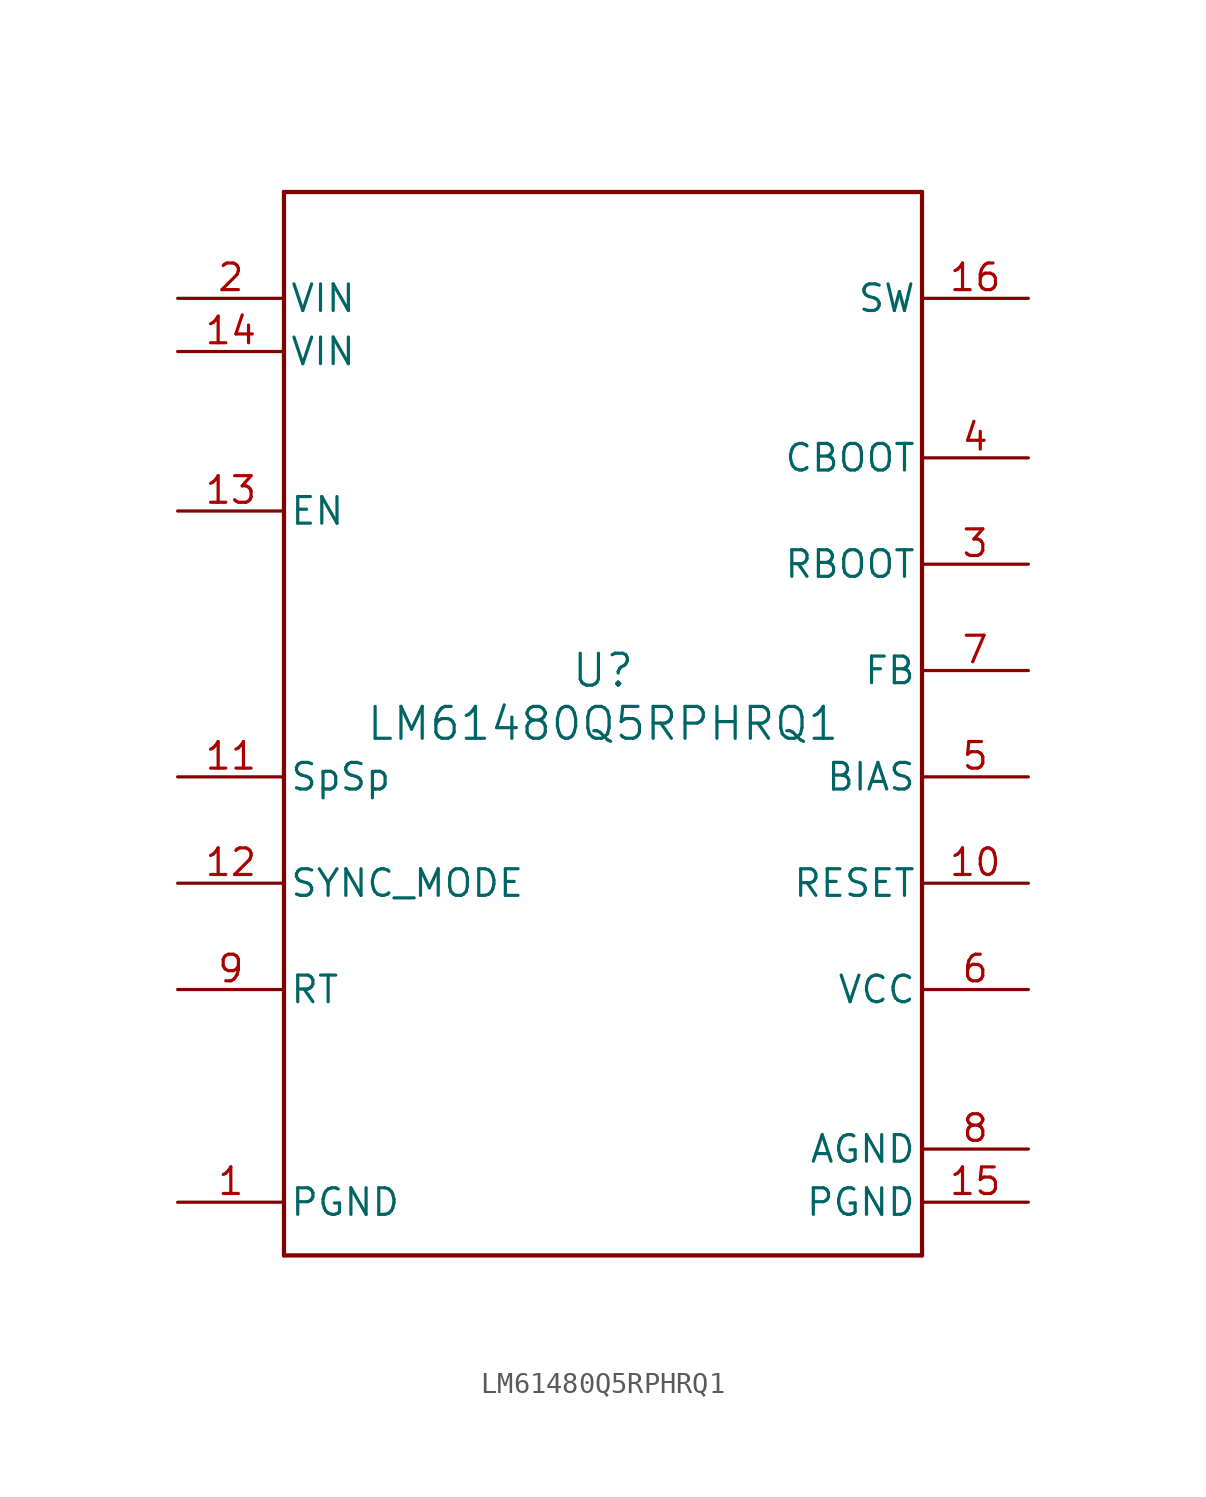
<source format=kicad_sym>
(kicad_symbol_lib
  (version 20211014)
  (generator kicad_symbol_editor)
  (symbol "LM61480Q5RPHRQ1"
    (pin_names
      (offset 0.254))
    (property "Reference" "U"
      (at 0 2.54 0)
      (effects (font (size 1.524 1.524))))
    (property "Value" "LM61480Q5RPHRQ1"
      (at 0 0 0)
      (effects (font (size 1.524 1.524))))
    (symbol "LM61480Q5RPHRQ1_0_1"
      (polyline (pts (xy -15.24 -25.4) (xy 15.24 -25.4)) (stroke (width 0.203) (type default) (color 0 0 0 0)) (fill (type none)))
      (polyline (pts (xy 15.24 -25.4) (xy 15.24 25.4)) (stroke (width 0.203) (type default) (color 0 0 0 0)) (fill (type none)))
      (polyline (pts (xy 15.24 25.4) (xy -15.24 25.4)) (stroke (width 0.203) (type default) (color 0 0 0 0)) (fill (type none)))
      (polyline (pts (xy -15.24 25.4) (xy -15.24 -25.4)) (stroke (width 0.203) (type default) (color 0 0 0 0)) (fill (type none)))
      (pin power_in line (at -20.32 -22.86 0) (length 5.08) (name "PGND" (effects (font (size 1.27 1.27)))) (number "1" (effects (font (size 1.27 1.27)))))
      (pin power_in line (at -20.32 20.32 0) (length 5.08) (name "VIN" (effects (font (size 1.27 1.27)))) (number "2" (effects (font (size 1.27 1.27)))))
      (pin unspecified line (at 20.32 7.62 180) (length 5.08) (name "RBOOT" (effects (font (size 1.27 1.27)))) (number "3" (effects (font (size 1.27 1.27)))))
      (pin unspecified line (at 20.32 12.7 180) (length 5.08) (name "CBOOT" (effects (font (size 1.27 1.27)))) (number "4" (effects (font (size 1.27 1.27)))))
      (pin unspecified line (at 20.32 -2.54 180) (length 5.08) (name "BIAS" (effects (font (size 1.27 1.27)))) (number "5" (effects (font (size 1.27 1.27)))))
      (pin power_in line (at 20.32 -12.7 180) (length 5.08) (name "VCC" (effects (font (size 1.27 1.27)))) (number "6" (effects (font (size 1.27 1.27)))))
      (pin input line (at 20.32 2.54 180) (length 5.08) (name "FB" (effects (font (size 1.27 1.27)))) (number "7" (effects (font (size 1.27 1.27)))))
      (pin power_in line (at 20.32 -20.32 180) (length 5.08) (name "AGND" (effects (font (size 1.27 1.27)))) (number "8" (effects (font (size 1.27 1.27)))))
      (pin unspecified line (at -20.32 -12.7 0) (length 5.08) (name "RT" (effects (font (size 1.27 1.27)))) (number "9" (effects (font (size 1.27 1.27)))))
      (pin input line (at 20.32 -7.62 180) (length 5.08) (name "RESET" (effects (font (size 1.27 1.27)))) (number "10" (effects (font (size 1.27 1.27)))))
      (pin unspecified line (at -20.32 -2.54 0) (length 5.08) (name "SpSp" (effects (font (size 1.27 1.27)))) (number "11" (effects (font (size 1.27 1.27)))))
      (pin input line (at -20.32 -7.62 0) (length 5.08) (name "SYNC_MODE" (effects (font (size 1.27 1.27)))) (number "12" (effects (font (size 1.27 1.27)))))
      (pin input line (at -20.32 10.16 0) (length 5.08) (name "EN" (effects (font (size 1.27 1.27)))) (number "13" (effects (font (size 1.27 1.27)))))
      (pin power_in line (at -20.32 17.78 0) (length 5.08) (name "VIN" (effects (font (size 1.27 1.27)))) (number "14" (effects (font (size 1.27 1.27)))))
      (pin power_in line (at 20.32 -22.86 180) (length 5.08) (name "PGND" (effects (font (size 1.27 1.27)))) (number "15" (effects (font (size 1.27 1.27)))))
      (pin power_in line (at 20.32 20.32 180) (length 5.08) (name "SW" (effects (font (size 1.27 1.27)))) (number "16" (effects (font (size 1.27 1.27))))))))
</source>
